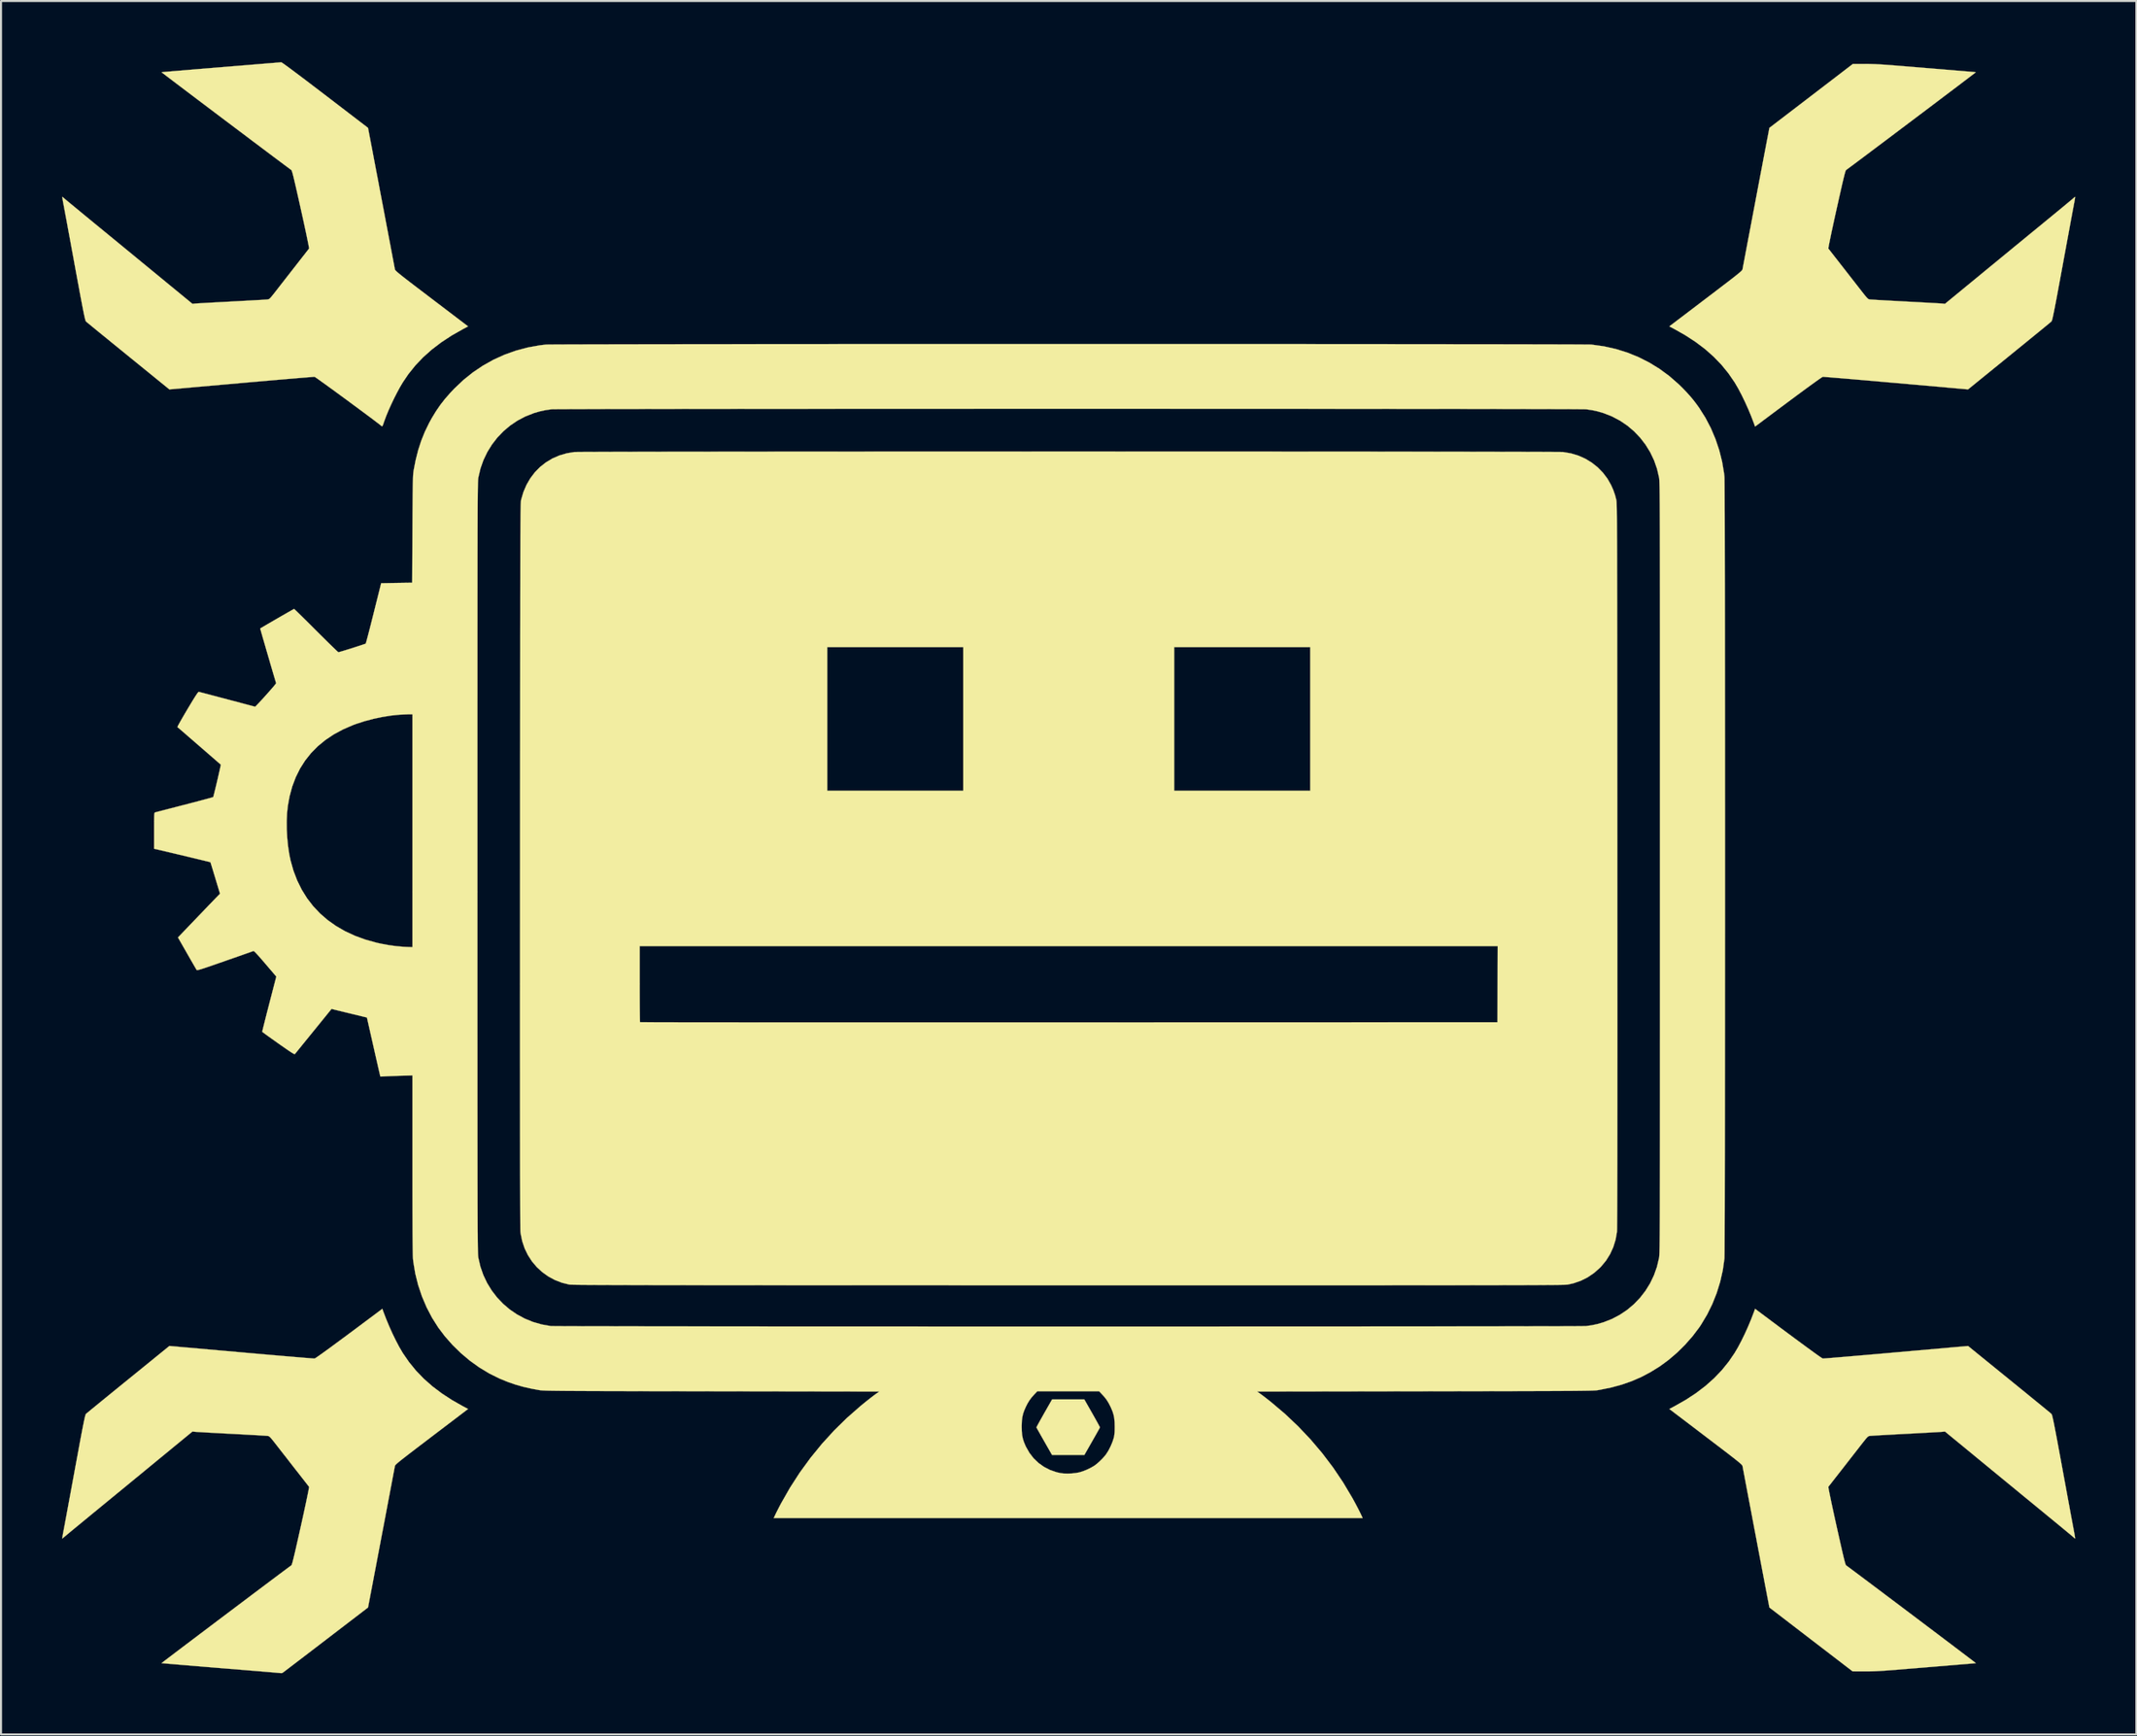
<source format=kicad_pcb>
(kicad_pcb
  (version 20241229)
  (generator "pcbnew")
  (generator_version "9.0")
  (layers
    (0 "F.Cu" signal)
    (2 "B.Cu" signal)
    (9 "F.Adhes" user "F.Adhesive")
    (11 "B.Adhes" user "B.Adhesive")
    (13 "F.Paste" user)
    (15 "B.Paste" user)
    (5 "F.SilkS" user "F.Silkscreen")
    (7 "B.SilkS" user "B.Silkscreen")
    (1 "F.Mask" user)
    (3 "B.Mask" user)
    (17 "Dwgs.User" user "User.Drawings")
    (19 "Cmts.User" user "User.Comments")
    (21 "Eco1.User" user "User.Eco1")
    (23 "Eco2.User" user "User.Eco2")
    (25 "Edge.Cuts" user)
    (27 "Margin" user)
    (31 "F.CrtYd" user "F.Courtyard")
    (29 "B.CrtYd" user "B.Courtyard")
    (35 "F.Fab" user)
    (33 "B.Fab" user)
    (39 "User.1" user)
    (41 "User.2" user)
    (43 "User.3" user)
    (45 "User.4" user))
  (footprint "logo HSMTY badge"
    (layer "F.Cu")
    (at 49.335 39.172)
    (property "Reference" "logo HSMTY badge" (at 0 0 0) (layer "F.SilkS") (effects (font (size 1.524 1.524) (thickness 0.3))))
    (attr through_hole)
    (fp_poly (pts (xy 1.15 27.076) (xy 1.245 27.244) (xy 1.331 27.397) (xy 1.405 27.531) (xy 1.465 27.641) (xy 1.507 27.72) (xy 1.529 27.764) (xy 1.531 27.771) (xy 1.518 27.796) (xy 1.483 27.86) (xy 1.43 27.955) (xy 1.361 28.078) (xy 1.279 28.223) (xy 1.188 28.383) (xy 1.147 28.455) (xy 0.767 29.121) (xy -0.817 29.121) (xy -1.197 28.455) (xy -1.291 28.289) (xy -1.377 28.137) (xy -1.452 28.004) (xy -1.513 27.896) (xy -1.556 27.819) (xy -1.579 27.777) (xy -1.581 27.771) (xy -1.57 27.746) (xy -1.538 27.683) (xy -1.486 27.587) (xy -1.418 27.464) (xy -1.337 27.32) (xy -1.246 27.158) (xy -1.2 27.076) (xy -0.814 26.399) (xy 0.764 26.399) (xy 1.15 27.076)) (stroke (width 0.01) (type solid)) (fill yes) (layer "F.SilkS"))
    (fp_poly (pts (xy 33.995 22.219) (xy 34.448 22.558) (xy 34.864 22.869) (xy 35.244 23.152) (xy 35.587 23.406) (xy 35.893 23.632) (xy 36.161 23.829) (xy 36.391 23.997) (xy 36.583 24.136) (xy 36.736 24.245) (xy 36.851 24.325) (xy 36.926 24.374) (xy 36.962 24.394) (xy 36.964 24.394) (xy 36.995 24.393) (xy 37.074 24.388) (xy 37.197 24.379) (xy 37.361 24.366) (xy 37.563 24.349) (xy 37.801 24.329) (xy 38.071 24.307) (xy 38.371 24.281) (xy 38.698 24.253) (xy 39.049 24.223) (xy 39.421 24.191) (xy 39.811 24.157) (xy 40.216 24.121) (xy 40.554 24.091) (xy 44.083 23.779) (xy 46.099 25.417) (xy 46.376 25.642) (xy 46.643 25.86) (xy 46.898 26.066) (xy 47.136 26.261) (xy 47.357 26.441) (xy 47.557 26.604) (xy 47.733 26.748) (xy 47.883 26.871) (xy 48.004 26.971) (xy 48.094 27.045) (xy 48.15 27.092) (xy 48.169 27.108) (xy 48.178 27.121) (xy 48.189 27.144) (xy 48.201 27.18) (xy 48.215 27.232) (xy 48.232 27.302) (xy 48.252 27.393) (xy 48.277 27.507) (xy 48.305 27.647) (xy 48.338 27.816) (xy 48.376 28.016) (xy 48.421 28.251) (xy 48.472 28.522) (xy 48.529 28.832) (xy 48.595 29.185) (xy 48.668 29.582) (xy 48.726 29.896) (xy 48.793 30.265) (xy 48.86 30.624) (xy 48.923 30.971) (xy 48.984 31.301) (xy 49.042 31.611) (xy 49.094 31.898) (xy 49.142 32.157) (xy 49.185 32.385) (xy 49.221 32.579) (xy 49.25 32.735) (xy 49.271 32.85) (xy 49.284 32.919) (xy 49.285 32.924) (xy 49.306 33.037) (xy 49.321 33.13) (xy 49.33 33.193) (xy 49.329 33.217) (xy 49.329 33.217) (xy 49.305 33.202) (xy 49.259 33.163) (xy 49.24 33.146) (xy 49.209 33.119) (xy 49.142 33.063) (xy 49.043 32.98) (xy 48.915 32.874) (xy 48.761 32.747) (xy 48.585 32.602) (xy 48.39 32.441) (xy 48.179 32.267) (xy 47.955 32.084) (xy 47.753 31.917) (xy 47.5 31.71) (xy 47.241 31.497) (xy 46.981 31.284) (xy 46.725 31.074) (xy 46.48 30.872) (xy 46.25 30.683) (xy 46.04 30.511) (xy 45.856 30.36) (xy 45.704 30.235) (xy 45.655 30.195) (xy 45.491 30.059) (xy 45.295 29.899) (xy 45.077 29.719) (xy 44.842 29.526) (xy 44.6 29.328) (xy 44.358 29.128) (xy 44.124 28.936) (xy 43.96 28.801) (xy 42.952 27.973) (xy 42.824 27.985) (xy 42.777 27.989) (xy 42.685 27.995) (xy 42.552 28.003) (xy 42.383 28.012) (xy 42.182 28.024) (xy 41.954 28.036) (xy 41.703 28.05) (xy 41.433 28.065) (xy 41.15 28.08) (xy 41.035 28.086) (xy 40.748 28.101) (xy 40.475 28.116) (xy 40.218 28.13) (xy 39.983 28.143) (xy 39.774 28.155) (xy 39.595 28.165) (xy 39.451 28.174) (xy 39.346 28.181) (xy 39.285 28.185) (xy 39.273 28.186) (xy 39.239 28.192) (xy 39.207 28.204) (xy 39.173 28.226) (xy 39.132 28.265) (xy 39.079 28.325) (xy 39.009 28.411) (xy 38.916 28.528) (xy 38.847 28.616) (xy 38.756 28.733) (xy 38.641 28.881) (xy 38.506 29.054) (xy 38.358 29.244) (xy 38.202 29.444) (xy 38.045 29.646) (xy 37.892 29.842) (xy 37.889 29.846) (xy 37.752 30.021) (xy 37.624 30.185) (xy 37.508 30.333) (xy 37.409 30.461) (xy 37.329 30.564) (xy 37.271 30.638) (xy 37.24 30.678) (xy 37.235 30.684) (xy 37.237 30.713) (xy 37.249 30.787) (xy 37.271 30.902) (xy 37.302 31.057) (xy 37.341 31.246) (xy 37.387 31.468) (xy 37.441 31.718) (xy 37.5 31.993) (xy 37.565 32.29) (xy 37.635 32.606) (xy 37.716 32.968) (xy 37.787 33.285) (xy 37.849 33.558) (xy 37.902 33.791) (xy 37.948 33.986) (xy 37.986 34.146) (xy 38.018 34.275) (xy 38.044 34.374) (xy 38.066 34.447) (xy 38.083 34.496) (xy 38.096 34.525) (xy 38.103 34.534) (xy 38.176 34.587) (xy 38.282 34.666) (xy 38.419 34.768) (xy 38.585 34.892) (xy 38.777 35.035) (xy 38.992 35.197) (xy 39.227 35.373) (xy 39.481 35.564) (xy 39.75 35.766) (xy 40.032 35.979) (xy 40.325 36.199) (xy 40.626 36.425) (xy 40.932 36.656) (xy 41.24 36.888) (xy 41.549 37.121) (xy 41.856 37.353) (xy 42.157 37.58) (xy 42.452 37.802) (xy 42.736 38.017) (xy 43.007 38.222) (xy 43.263 38.415) (xy 43.501 38.596) (xy 43.719 38.761) (xy 43.914 38.909) (xy 44.084 39.038) (xy 44.226 39.145) (xy 44.336 39.23) (xy 44.414 39.29) (xy 44.456 39.323) (xy 44.463 39.329) (xy 44.456 39.33) (xy 44.438 39.333) (xy 44.407 39.336) (xy 44.361 39.34) (xy 44.298 39.346) (xy 44.214 39.353) (xy 44.109 39.362) (xy 43.98 39.373) (xy 43.824 39.386) (xy 43.639 39.401) (xy 43.423 39.419) (xy 43.173 39.44) (xy 42.888 39.464) (xy 42.564 39.49) (xy 42.2 39.52) (xy 41.793 39.554) (xy 41.341 39.591) (xy 40.842 39.632) (xy 40.805 39.636) (xy 40.495 39.661) (xy 40.228 39.681) (xy 39.998 39.698) (xy 39.797 39.711) (xy 39.618 39.721) (xy 39.455 39.728) (xy 39.302 39.732) (xy 39.15 39.734) (xy 39.006 39.734) (xy 38.425 39.732) (xy 36.385 38.167) (xy 34.346 36.601) (xy 34.258 36.139) (xy 34.242 36.06) (xy 34.219 35.938) (xy 34.189 35.778) (xy 34.151 35.582) (xy 34.108 35.355) (xy 34.06 35.1) (xy 34.006 34.82) (xy 33.949 34.52) (xy 33.889 34.203) (xy 33.826 33.872) (xy 33.761 33.531) (xy 33.696 33.184) (xy 33.629 32.834) (xy 33.563 32.485) (xy 33.498 32.14) (xy 33.434 31.804) (xy 33.372 31.479) (xy 33.313 31.17) (xy 33.258 30.879) (xy 33.208 30.612) (xy 33.162 30.37) (xy 33.122 30.158) (xy 33.088 29.979) (xy 33.061 29.838) (xy 33.042 29.737) (xy 33.031 29.68) (xy 33.03 29.671) (xy 33.025 29.654) (xy 33.015 29.635) (xy 32.997 29.612) (xy 32.97 29.582) (xy 32.929 29.544) (xy 32.874 29.496) (xy 32.801 29.436) (xy 32.709 29.362) (xy 32.594 29.271) (xy 32.455 29.163) (xy 32.289 29.034) (xy 32.093 28.884) (xy 31.865 28.71) (xy 31.602 28.51) (xy 31.303 28.283) (xy 31.228 28.225) (xy 29.442 26.867) (xy 29.7 26.731) (xy 30.25 26.418) (xy 30.755 26.087) (xy 31.216 25.735) (xy 31.635 25.361) (xy 32.015 24.965) (xy 32.355 24.543) (xy 32.642 24.122) (xy 32.802 23.85) (xy 32.967 23.54) (xy 33.133 23.201) (xy 33.295 22.843) (xy 33.449 22.476) (xy 33.589 22.111) (xy 33.603 22.074) (xy 33.645 21.957) (xy 33.995 22.219)) (stroke (width 0.01) (type solid)) (fill yes) (layer "F.SilkS"))
    (fp_poly (pts (xy 39.174 -39.086) (xy 39.336 -39.082) (xy 39.504 -39.077) (xy 39.687 -39.068) (xy 39.89 -39.056) (xy 40.121 -39.04) (xy 40.386 -39.02) (xy 40.692 -38.995) (xy 40.805 -38.986) (xy 41.307 -38.945) (xy 41.762 -38.907) (xy 42.172 -38.873) (xy 42.539 -38.843) (xy 42.866 -38.816) (xy 43.154 -38.792) (xy 43.406 -38.771) (xy 43.625 -38.753) (xy 43.812 -38.737) (xy 43.97 -38.724) (xy 44.101 -38.713) (xy 44.208 -38.704) (xy 44.292 -38.697) (xy 44.357 -38.691) (xy 44.404 -38.687) (xy 44.436 -38.683) (xy 44.455 -38.681) (xy 44.463 -38.68) (xy 44.463 -38.68) (xy 44.445 -38.665) (xy 44.39 -38.622) (xy 44.299 -38.552) (xy 44.177 -38.459) (xy 44.024 -38.343) (xy 43.845 -38.207) (xy 43.641 -38.052) (xy 43.416 -37.881) (xy 43.17 -37.696) (xy 42.908 -37.498) (xy 42.632 -37.289) (xy 42.344 -37.071) (xy 42.047 -36.847) (xy 41.743 -36.618) (xy 41.435 -36.386) (xy 41.126 -36.153) (xy 40.818 -35.921) (xy 40.514 -35.692) (xy 40.216 -35.467) (xy 39.927 -35.25) (xy 39.649 -35.041) (xy 39.385 -34.843) (xy 39.138 -34.657) (xy 38.91 -34.486) (xy 38.703 -34.331) (xy 38.521 -34.195) (xy 38.365 -34.079) (xy 38.239 -33.985) (xy 38.145 -33.915) (xy 38.103 -33.884) (xy 38.092 -33.869) (xy 38.078 -33.835) (xy 38.06 -33.779) (xy 38.037 -33.699) (xy 38.01 -33.591) (xy 37.976 -33.454) (xy 37.935 -33.284) (xy 37.887 -33.078) (xy 37.832 -32.833) (xy 37.767 -32.548) (xy 37.694 -32.218) (xy 37.635 -31.956) (xy 37.565 -31.641) (xy 37.5 -31.344) (xy 37.441 -31.069) (xy 37.387 -30.819) (xy 37.341 -30.597) (xy 37.302 -30.407) (xy 37.271 -30.253) (xy 37.249 -30.137) (xy 37.237 -30.064) (xy 37.235 -30.035) (xy 37.254 -30.01) (xy 37.301 -29.95) (xy 37.372 -29.859) (xy 37.463 -29.742) (xy 37.572 -29.602) (xy 37.695 -29.445) (xy 37.828 -29.273) (xy 37.889 -29.196) (xy 38.042 -29) (xy 38.199 -28.799) (xy 38.354 -28.599) (xy 38.503 -28.409) (xy 38.638 -28.235) (xy 38.754 -28.086) (xy 38.846 -27.969) (xy 38.847 -27.967) (xy 38.956 -27.828) (xy 39.039 -27.724) (xy 39.102 -27.649) (xy 39.15 -27.598) (xy 39.187 -27.566) (xy 39.219 -27.549) (xy 39.252 -27.54) (xy 39.273 -27.537) (xy 39.315 -27.533) (xy 39.402 -27.528) (xy 39.531 -27.52) (xy 39.696 -27.51) (xy 39.893 -27.499) (xy 40.117 -27.486) (xy 40.365 -27.473) (xy 40.632 -27.458) (xy 40.914 -27.443) (xy 41.035 -27.437) (xy 41.322 -27.421) (xy 41.597 -27.407) (xy 41.856 -27.392) (xy 42.094 -27.379) (xy 42.306 -27.367) (xy 42.489 -27.357) (xy 42.637 -27.348) (xy 42.746 -27.342) (xy 42.811 -27.337) (xy 42.824 -27.336) (xy 42.952 -27.323) (xy 43.96 -28.152) (xy 44.184 -28.336) (xy 44.422 -28.531) (xy 44.665 -28.731) (xy 44.905 -28.929) (xy 45.136 -29.119) (xy 45.349 -29.294) (xy 45.537 -29.449) (xy 45.655 -29.545) (xy 45.794 -29.66) (xy 45.967 -29.802) (xy 46.167 -29.966) (xy 46.39 -30.15) (xy 46.631 -30.347) (xy 46.883 -30.554) (xy 47.142 -30.767) (xy 47.402 -30.98) (xy 47.658 -31.19) (xy 47.753 -31.268) (xy 47.985 -31.459) (xy 48.207 -31.641) (xy 48.416 -31.813) (xy 48.609 -31.972) (xy 48.783 -32.115) (xy 48.933 -32.24) (xy 49.057 -32.343) (xy 49.152 -32.422) (xy 49.215 -32.475) (xy 49.24 -32.497) (xy 49.29 -32.541) (xy 49.324 -32.566) (xy 49.329 -32.568) (xy 49.33 -32.545) (xy 49.322 -32.483) (xy 49.307 -32.39) (xy 49.286 -32.277) (xy 49.285 -32.274) (xy 49.273 -32.211) (xy 49.253 -32.101) (xy 49.224 -31.95) (xy 49.189 -31.76) (xy 49.147 -31.535) (xy 49.1 -31.279) (xy 49.048 -30.996) (xy 48.991 -30.688) (xy 48.93 -30.36) (xy 48.867 -30.015) (xy 48.801 -29.656) (xy 48.733 -29.288) (xy 48.726 -29.246) (xy 48.646 -28.816) (xy 48.575 -28.431) (xy 48.512 -28.091) (xy 48.457 -27.792) (xy 48.408 -27.532) (xy 48.365 -27.307) (xy 48.328 -27.116) (xy 48.296 -26.955) (xy 48.269 -26.823) (xy 48.246 -26.715) (xy 48.227 -26.631) (xy 48.211 -26.566) (xy 48.197 -26.519) (xy 48.186 -26.487) (xy 48.176 -26.467) (xy 48.169 -26.458) (xy 48.142 -26.436) (xy 48.08 -26.384) (xy 47.984 -26.304) (xy 47.857 -26.2) (xy 47.701 -26.073) (xy 47.521 -25.925) (xy 47.317 -25.759) (xy 47.093 -25.576) (xy 46.851 -25.379) (xy 46.594 -25.17) (xy 46.325 -24.951) (xy 46.099 -24.767) (xy 44.083 -23.129) (xy 40.554 -23.442) (xy 40.138 -23.478) (xy 39.735 -23.514) (xy 39.349 -23.548) (xy 38.98 -23.58) (xy 38.634 -23.609) (xy 38.312 -23.637) (xy 38.017 -23.662) (xy 37.753 -23.684) (xy 37.522 -23.703) (xy 37.327 -23.719) (xy 37.17 -23.731) (xy 37.056 -23.74) (xy 36.986 -23.744) (xy 36.964 -23.745) (xy 36.931 -23.728) (xy 36.859 -23.681) (xy 36.748 -23.604) (xy 36.598 -23.497) (xy 36.409 -23.361) (xy 36.182 -23.196) (xy 35.918 -23.001) (xy 35.615 -22.778) (xy 35.276 -22.526) (xy 34.899 -22.245) (xy 34.486 -21.937) (xy 34.036 -21.6) (xy 33.995 -21.569) (xy 33.645 -21.307) (xy 33.603 -21.424) (xy 33.464 -21.789) (xy 33.312 -22.156) (xy 33.15 -22.515) (xy 32.984 -22.857) (xy 32.819 -23.171) (xy 32.658 -23.447) (xy 32.642 -23.473) (xy 32.336 -23.919) (xy 31.994 -24.339) (xy 31.612 -24.734) (xy 31.191 -25.107) (xy 30.727 -25.457) (xy 30.219 -25.787) (xy 29.7 -26.081) (xy 29.442 -26.218) (xy 31.228 -27.576) (xy 31.536 -27.81) (xy 31.807 -28.017) (xy 32.042 -28.197) (xy 32.246 -28.352) (xy 32.419 -28.485) (xy 32.564 -28.598) (xy 32.684 -28.693) (xy 32.782 -28.771) (xy 32.859 -28.834) (xy 32.918 -28.885) (xy 32.961 -28.925) (xy 32.992 -28.956) (xy 33.012 -28.981) (xy 33.023 -29.001) (xy 33.029 -29.018) (xy 33.03 -29.021) (xy 33.037 -29.062) (xy 33.053 -29.148) (xy 33.077 -29.275) (xy 33.109 -29.441) (xy 33.147 -29.642) (xy 33.191 -29.873) (xy 33.24 -30.132) (xy 33.293 -30.415) (xy 33.351 -30.718) (xy 33.412 -31.038) (xy 33.475 -31.37) (xy 33.54 -31.712) (xy 33.606 -32.06) (xy 33.672 -32.41) (xy 33.738 -32.759) (xy 33.803 -33.102) (xy 33.867 -33.437) (xy 33.928 -33.76) (xy 33.987 -34.067) (xy 34.041 -34.354) (xy 34.091 -34.618) (xy 34.137 -34.856) (xy 34.176 -35.063) (xy 34.209 -35.236) (xy 34.235 -35.372) (xy 34.253 -35.467) (xy 34.258 -35.49) (xy 34.346 -35.952) (xy 36.393 -37.519) (xy 38.439 -39.087) (xy 39.014 -39.087) (xy 39.174 -39.086)) (stroke (width 0.01) (type solid)) (fill yes) (layer "F.SilkS"))
    (fp_poly (pts (xy -33.603 22.074) (xy -33.464 22.438) (xy -33.312 22.805) (xy -33.15 23.165) (xy -32.984 23.506) (xy -32.819 23.82) (xy -32.658 24.096) (xy -32.642 24.122) (xy -32.336 24.568) (xy -31.994 24.988) (xy -31.612 25.384) (xy -31.191 25.756) (xy -30.727 26.106) (xy -30.219 26.437) (xy -29.7 26.731) (xy -29.442 26.867) (xy -31.228 28.225) (xy -31.536 28.46) (xy -31.807 28.666) (xy -32.042 28.846) (xy -32.246 29.002) (xy -32.419 29.135) (xy -32.564 29.248) (xy -32.684 29.342) (xy -32.782 29.42) (xy -32.859 29.483) (xy -32.918 29.534) (xy -32.961 29.574) (xy -32.992 29.606) (xy -33.012 29.63) (xy -33.023 29.65) (xy -33.029 29.667) (xy -33.03 29.671) (xy -33.037 29.711) (xy -33.053 29.796) (xy -33.077 29.924) (xy -33.109 30.09) (xy -33.147 30.29) (xy -33.19 30.521) (xy -33.24 30.78) (xy -33.293 31.063) (xy -33.351 31.366) (xy -33.411 31.685) (xy -33.474 32.018) (xy -33.539 32.36) (xy -33.605 32.707) (xy -33.672 33.057) (xy -33.738 33.406) (xy -33.803 33.749) (xy -33.867 34.084) (xy -33.928 34.407) (xy -33.986 34.714) (xy -34.041 35.001) (xy -34.091 35.266) (xy -34.136 35.504) (xy -34.176 35.711) (xy -34.209 35.885) (xy -34.235 36.021) (xy -34.253 36.116) (xy -34.257 36.139) (xy -34.346 36.601) (xy -36.416 38.187) (xy -36.7 38.405) (xy -36.973 38.614) (xy -37.233 38.813) (xy -37.477 38.999) (xy -37.702 39.171) (xy -37.906 39.327) (xy -38.086 39.464) (xy -38.239 39.581) (xy -38.363 39.675) (xy -38.454 39.744) (xy -38.511 39.787) (xy -38.53 39.801) (xy -38.584 39.82) (xy -38.612 39.82) (xy -38.643 39.816) (xy -38.72 39.809) (xy -38.837 39.799) (xy -38.99 39.785) (xy -39.174 39.77) (xy -39.384 39.752) (xy -39.617 39.732) (xy -39.867 39.712) (xy -40.036 39.698) (xy -40.594 39.652) (xy -41.121 39.609) (xy -41.614 39.569) (xy -42.073 39.531) (xy -42.496 39.496) (xy -42.882 39.464) (xy -43.229 39.435) (xy -43.536 39.41) (xy -43.801 39.387) (xy -44.024 39.368) (xy -44.203 39.353) (xy -44.337 39.341) (xy -44.423 39.334) (xy -44.461 39.33) (xy -44.463 39.329) (xy -44.445 39.314) (xy -44.39 39.271) (xy -44.299 39.202) (xy -44.177 39.108) (xy -44.024 38.992) (xy -43.845 38.856) (xy -43.641 38.702) (xy -43.416 38.531) (xy -43.17 38.345) (xy -42.908 38.147) (xy -42.632 37.938) (xy -42.344 37.721) (xy -42.047 37.497) (xy -41.743 37.267) (xy -41.435 37.035) (xy -41.126 36.802) (xy -40.818 36.57) (xy -40.514 36.341) (xy -40.216 36.117) (xy -39.927 35.899) (xy -39.649 35.69) (xy -39.385 35.492) (xy -39.138 35.306) (xy -38.91 35.135) (xy -38.703 34.98) (xy -38.521 34.844) (xy -38.365 34.728) (xy -38.239 34.634) (xy -38.145 34.564) (xy -38.103 34.534) (xy -38.092 34.518) (xy -38.078 34.484) (xy -38.06 34.428) (xy -38.037 34.348) (xy -38.01 34.241) (xy -37.976 34.103) (xy -37.935 33.933) (xy -37.887 33.727) (xy -37.832 33.483) (xy -37.767 33.197) (xy -37.694 32.868) (xy -37.635 32.606) (xy -37.565 32.29) (xy -37.5 31.993) (xy -37.441 31.718) (xy -37.387 31.468) (xy -37.341 31.246) (xy -37.302 31.057) (xy -37.271 30.902) (xy -37.249 30.787) (xy -37.237 30.713) (xy -37.235 30.684) (xy -37.254 30.659) (xy -37.301 30.599) (xy -37.372 30.508) (xy -37.463 30.391) (xy -37.572 30.251) (xy -37.695 30.094) (xy -37.828 29.923) (xy -37.889 29.846) (xy -38.042 29.65) (xy -38.199 29.448) (xy -38.354 29.248) (xy -38.503 29.058) (xy -38.638 28.885) (xy -38.754 28.736) (xy -38.846 28.618) (xy -38.847 28.616) (xy -38.956 28.477) (xy -39.039 28.373) (xy -39.102 28.298) (xy -39.15 28.247) (xy -39.187 28.216) (xy -39.219 28.198) (xy -39.252 28.189) (xy -39.273 28.186) (xy -39.315 28.183) (xy -39.402 28.177) (xy -39.531 28.169) (xy -39.696 28.159) (xy -39.893 28.148) (xy -40.117 28.136) (xy -40.365 28.122) (xy -40.632 28.107) (xy -40.914 28.092) (xy -41.035 28.086) (xy -41.322 28.071) (xy -41.597 28.056) (xy -41.856 28.042) (xy -42.094 28.029) (xy -42.306 28.017) (xy -42.489 28.006) (xy -42.637 27.998) (xy -42.746 27.991) (xy -42.811 27.987) (xy -42.824 27.985) (xy -42.952 27.973) (xy -43.96 28.801) (xy -44.184 28.986) (xy -44.422 29.181) (xy -44.665 29.38) (xy -44.905 29.578) (xy -45.136 29.768) (xy -45.349 29.943) (xy -45.537 30.098) (xy -45.655 30.195) (xy -45.794 30.309) (xy -45.967 30.451) (xy -46.167 30.616) (xy -46.39 30.799) (xy -46.631 30.996) (xy -46.883 31.203) (xy -47.142 31.416) (xy -47.402 31.629) (xy -47.658 31.84) (xy -47.753 31.917) (xy -47.985 32.108) (xy -48.207 32.291) (xy -48.416 32.463) (xy -48.609 32.622) (xy -48.783 32.765) (xy -48.933 32.889) (xy -49.057 32.992) (xy -49.152 33.072) (xy -49.215 33.124) (xy -49.24 33.146) (xy -49.29 33.19) (xy -49.324 33.215) (xy -49.329 33.217) (xy -49.33 33.194) (xy -49.322 33.132) (xy -49.307 33.04) (xy -49.286 32.927) (xy -49.285 32.924) (xy -49.273 32.86) (xy -49.253 32.75) (xy -49.224 32.599) (xy -49.189 32.409) (xy -49.147 32.184) (xy -49.1 31.928) (xy -49.048 31.645) (xy -48.991 31.337) (xy -48.93 31.009) (xy -48.867 30.664) (xy -48.801 30.306) (xy -48.733 29.937) (xy -48.726 29.896) (xy -48.646 29.465) (xy -48.575 29.081) (xy -48.512 28.741) (xy -48.457 28.441) (xy -48.408 28.181) (xy -48.365 27.956) (xy -48.328 27.765) (xy -48.296 27.605) (xy -48.269 27.472) (xy -48.246 27.365) (xy -48.227 27.28) (xy -48.211 27.216) (xy -48.197 27.169) (xy -48.186 27.136) (xy -48.176 27.116) (xy -48.169 27.108) (xy -48.142 27.085) (xy -48.08 27.033) (xy -47.984 26.954) (xy -47.857 26.849) (xy -47.701 26.722) (xy -47.521 26.574) (xy -47.317 26.408) (xy -47.093 26.225) (xy -46.851 26.028) (xy -46.594 25.819) (xy -46.325 25.6) (xy -46.099 25.417) (xy -44.083 23.779) (xy -40.554 24.091) (xy -40.138 24.128) (xy -39.735 24.163) (xy -39.349 24.197) (xy -38.98 24.229) (xy -38.634 24.259) (xy -38.312 24.286) (xy -38.017 24.311) (xy -37.753 24.333) (xy -37.522 24.353) (xy -37.327 24.368) (xy -37.17 24.381) (xy -37.056 24.389) (xy -36.986 24.394) (xy -36.964 24.394) (xy -36.931 24.377) (xy -36.859 24.33) (xy -36.748 24.253) (xy -36.598 24.147) (xy -36.409 24.01) (xy -36.182 23.845) (xy -35.918 23.65) (xy -35.615 23.427) (xy -35.276 23.175) (xy -34.899 22.895) (xy -34.486 22.586) (xy -34.036 22.25) (xy -33.995 22.219) (xy -33.645 21.957) (xy -33.603 22.074)) (stroke (width 0.01) (type solid)) (fill yes) (layer "F.SilkS"))
    (fp_poly (pts (xy -38.571 -39.153) (xy -38.505 -39.108) (xy -38.401 -39.035) (xy -38.262 -38.934) (xy -38.088 -38.805) (xy -37.881 -38.65) (xy -37.641 -38.47) (xy -37.37 -38.265) (xy -37.069 -38.036) (xy -36.74 -37.785) (xy -36.448 -37.562) (xy -34.346 -35.952) (xy -34.258 -35.49) (xy -34.242 -35.411) (xy -34.219 -35.289) (xy -34.189 -35.129) (xy -34.151 -34.933) (xy -34.108 -34.706) (xy -34.06 -34.451) (xy -34.007 -34.172) (xy -33.95 -33.871) (xy -33.889 -33.554) (xy -33.826 -33.223) (xy -33.762 -32.882) (xy -33.696 -32.535) (xy -33.629 -32.185) (xy -33.563 -31.836) (xy -33.498 -31.492) (xy -33.434 -31.155) (xy -33.372 -30.83) (xy -33.314 -30.521) (xy -33.258 -30.231) (xy -33.208 -29.963) (xy -33.162 -29.721) (xy -33.122 -29.509) (xy -33.088 -29.33) (xy -33.061 -29.188) (xy -33.042 -29.087) (xy -33.031 -29.03) (xy -33.03 -29.021) (xy -33.025 -29.005) (xy -33.015 -28.986) (xy -32.997 -28.963) (xy -32.97 -28.933) (xy -32.929 -28.895) (xy -32.874 -28.847) (xy -32.801 -28.787) (xy -32.709 -28.712) (xy -32.594 -28.622) (xy -32.455 -28.513) (xy -32.289 -28.385) (xy -32.093 -28.235) (xy -31.865 -28.061) (xy -31.602 -27.861) (xy -31.303 -27.633) (xy -31.228 -27.576) (xy -29.442 -26.218) (xy -29.7 -26.081) (xy -30.253 -25.767) (xy -30.76 -25.433) (xy -31.224 -25.079) (xy -31.645 -24.703) (xy -32.025 -24.304) (xy -32.365 -23.881) (xy -32.64 -23.474) (xy -32.779 -23.24) (xy -32.923 -22.974) (xy -33.069 -22.688) (xy -33.209 -22.394) (xy -33.34 -22.103) (xy -33.454 -21.827) (xy -33.547 -21.578) (xy -33.564 -21.529) (xy -33.6 -21.422) (xy -33.627 -21.356) (xy -33.649 -21.325) (xy -33.669 -21.322) (xy -33.693 -21.34) (xy -33.73 -21.371) (xy -33.803 -21.428) (xy -33.907 -21.507) (xy -34.038 -21.607) (xy -34.194 -21.725) (xy -34.371 -21.856) (xy -34.564 -22) (xy -34.771 -22.153) (xy -34.987 -22.313) (xy -35.208 -22.476) (xy -35.431 -22.641) (xy -35.653 -22.803) (xy -35.869 -22.962) (xy -36.076 -23.113) (xy -36.271 -23.254) (xy -36.448 -23.383) (xy -36.606 -23.496) (xy -36.739 -23.592) (xy -36.845 -23.667) (xy -36.92 -23.718) (xy -36.959 -23.743) (xy -36.964 -23.745) (xy -36.995 -23.744) (xy -37.074 -23.739) (xy -37.197 -23.729) (xy -37.361 -23.716) (xy -37.563 -23.7) (xy -37.801 -23.68) (xy -38.071 -23.657) (xy -38.371 -23.632) (xy -38.698 -23.604) (xy -39.049 -23.574) (xy -39.421 -23.541) (xy -39.811 -23.507) (xy -40.216 -23.472) (xy -40.554 -23.442) (xy -44.083 -23.129) (xy -46.099 -24.767) (xy -46.376 -24.993) (xy -46.643 -25.21) (xy -46.898 -25.417) (xy -47.136 -25.612) (xy -47.357 -25.791) (xy -47.557 -25.954) (xy -47.733 -26.098) (xy -47.883 -26.221) (xy -48.004 -26.321) (xy -48.094 -26.395) (xy -48.15 -26.442) (xy -48.169 -26.458) (xy -48.178 -26.471) (xy -48.189 -26.495) (xy -48.201 -26.531) (xy -48.215 -26.583) (xy -48.232 -26.652) (xy -48.252 -26.743) (xy -48.277 -26.857) (xy -48.305 -26.998) (xy -48.338 -27.167) (xy -48.376 -27.367) (xy -48.421 -27.601) (xy -48.472 -27.872) (xy -48.529 -28.183) (xy -48.595 -28.535) (xy -48.668 -28.932) (xy -48.726 -29.246) (xy -48.793 -29.615) (xy -48.86 -29.975) (xy -48.923 -30.322) (xy -48.984 -30.652) (xy -49.042 -30.962) (xy -49.094 -31.249) (xy -49.142 -31.508) (xy -49.185 -31.736) (xy -49.221 -31.93) (xy -49.25 -32.086) (xy -49.271 -32.2) (xy -49.284 -32.27) (xy -49.285 -32.274) (xy -49.306 -32.388) (xy -49.321 -32.481) (xy -49.33 -32.544) (xy -49.329 -32.568) (xy -49.329 -32.568) (xy -49.305 -32.552) (xy -49.259 -32.514) (xy -49.24 -32.497) (xy -49.209 -32.47) (xy -49.142 -32.413) (xy -49.043 -32.331) (xy -48.915 -32.225) (xy -48.761 -32.098) (xy -48.585 -31.953) (xy -48.39 -31.792) (xy -48.179 -31.618) (xy -47.955 -31.434) (xy -47.753 -31.268) (xy -47.5 -31.06) (xy -47.241 -30.848) (xy -46.981 -30.634) (xy -46.725 -30.425) (xy -46.48 -30.223) (xy -46.25 -30.034) (xy -46.04 -29.862) (xy -45.856 -29.711) (xy -45.704 -29.585) (xy -45.655 -29.545) (xy -45.491 -29.41) (xy -45.295 -29.249) (xy -45.077 -29.07) (xy -44.842 -28.877) (xy -44.6 -28.678) (xy -44.358 -28.479) (xy -44.124 -28.286) (xy -43.96 -28.152) (xy -42.952 -27.323) (xy -42.824 -27.336) (xy -42.777 -27.34) (xy -42.685 -27.345) (xy -42.552 -27.353) (xy -42.383 -27.363) (xy -42.182 -27.374) (xy -41.954 -27.387) (xy -41.703 -27.401) (xy -41.433 -27.415) (xy -41.15 -27.43) (xy -41.035 -27.437) (xy -40.748 -27.452) (xy -40.475 -27.467) (xy -40.218 -27.481) (xy -39.983 -27.494) (xy -39.774 -27.506) (xy -39.595 -27.516) (xy -39.451 -27.525) (xy -39.346 -27.531) (xy -39.285 -27.536) (xy -39.273 -27.537) (xy -39.239 -27.543) (xy -39.207 -27.554) (xy -39.173 -27.577) (xy -39.132 -27.616) (xy -39.079 -27.675) (xy -39.009 -27.761) (xy -38.916 -27.879) (xy -38.847 -27.967) (xy -38.756 -28.084) (xy -38.641 -28.232) (xy -38.506 -28.405) (xy -38.358 -28.595) (xy -38.202 -28.795) (xy -38.045 -28.996) (xy -37.892 -29.192) (xy -37.889 -29.196) (xy -37.752 -29.372) (xy -37.624 -29.536) (xy -37.508 -29.684) (xy -37.409 -29.811) (xy -37.329 -29.914) (xy -37.271 -29.988) (xy -37.24 -30.029) (xy -37.235 -30.035) (xy -37.237 -30.064) (xy -37.249 -30.137) (xy -37.271 -30.253) (xy -37.302 -30.407) (xy -37.341 -30.597) (xy -37.387 -30.819) (xy -37.441 -31.069) (xy -37.5 -31.344) (xy -37.565 -31.641) (xy -37.635 -31.956) (xy -37.716 -32.319) (xy -37.787 -32.635) (xy -37.849 -32.909) (xy -37.902 -33.141) (xy -37.948 -33.337) (xy -37.986 -33.497) (xy -38.018 -33.626) (xy -38.044 -33.725) (xy -38.066 -33.798) (xy -38.083 -33.847) (xy -38.096 -33.875) (xy -38.103 -33.884) (xy -38.176 -33.938) (xy -38.282 -34.017) (xy -38.42 -34.119) (xy -38.585 -34.243) (xy -38.777 -34.386) (xy -38.992 -34.547) (xy -39.227 -34.724) (xy -39.481 -34.915) (xy -39.75 -35.117) (xy -40.033 -35.329) (xy -40.325 -35.55) (xy -40.626 -35.776) (xy -40.932 -36.007) (xy -41.241 -36.239) (xy -41.55 -36.472) (xy -41.856 -36.703) (xy -42.158 -36.931) (xy -42.452 -37.153) (xy -42.736 -37.367) (xy -43.007 -37.572) (xy -43.263 -37.766) (xy -43.501 -37.946) (xy -43.719 -38.111) (xy -43.914 -38.259) (xy -44.084 -38.388) (xy -44.226 -38.496) (xy -44.337 -38.581) (xy -44.414 -38.641) (xy -44.456 -38.674) (xy -44.463 -38.68) (xy -44.435 -38.683) (xy -44.362 -38.69) (xy -44.248 -38.7) (xy -44.097 -38.713) (xy -43.914 -38.729) (xy -43.702 -38.746) (xy -43.467 -38.766) (xy -43.213 -38.787) (xy -42.944 -38.81) (xy -42.933 -38.811) (xy -42.688 -38.831) (xy -42.422 -38.853) (xy -42.138 -38.876) (xy -41.84 -38.901) (xy -41.533 -38.926) (xy -41.22 -38.952) (xy -40.907 -38.978) (xy -40.597 -39.003) (xy -40.294 -39.028) (xy -40.004 -39.052) (xy -39.728 -39.075) (xy -39.473 -39.096) (xy -39.243 -39.115) (xy -39.041 -39.131) (xy -38.871 -39.145) (xy -38.738 -39.156) (xy -38.647 -39.163) (xy -38.601 -39.167) (xy -38.6 -39.167) (xy -38.571 -39.153)) (stroke (width 0.01) (type solid)) (fill yes) (layer "F.SilkS"))
    (fp_poly (pts (xy 1.19 -20.082) (xy 2.144 -20.082) (xy 3.095 -20.081) (xy 4.043 -20.081) (xy 4.984 -20.081) (xy 5.919 -20.081) (xy 6.845 -20.081) (xy 7.762 -20.08) (xy 8.668 -20.08) (xy 9.561 -20.08) (xy 10.442 -20.079) (xy 11.307 -20.079) (xy 12.156 -20.078) (xy 12.987 -20.078) (xy 13.8 -20.077) (xy 14.592 -20.077) (xy 15.363 -20.076) (xy 16.111 -20.075) (xy 16.836 -20.074) (xy 17.534 -20.074) (xy 18.206 -20.073) (xy 18.85 -20.072) (xy 19.464 -20.071) (xy 20.047 -20.07) (xy 20.599 -20.069) (xy 21.117 -20.068) (xy 21.6 -20.067) (xy 22.047 -20.066) (xy 22.457 -20.065) (xy 22.828 -20.064) (xy 23.16 -20.063) (xy 23.449 -20.061) (xy 23.697 -20.06) (xy 23.9 -20.059) (xy 24.058 -20.058) (xy 24.169 -20.056) (xy 24.232 -20.055) (xy 24.246 -20.054) (xy 24.623 -19.989) (xy 24.984 -19.88) (xy 25.324 -19.728) (xy 25.64 -19.536) (xy 25.928 -19.307) (xy 26.186 -19.043) (xy 26.409 -18.747) (xy 26.584 -18.44) (xy 26.692 -18.198) (xy 26.777 -17.956) (xy 26.842 -17.707) (xy 26.844 -17.693) (xy 26.847 -17.675) (xy 26.849 -17.652) (xy 26.852 -17.622) (xy 26.854 -17.585) (xy 26.856 -17.539) (xy 26.858 -17.484) (xy 26.86 -17.418) (xy 26.862 -17.34) (xy 26.864 -17.249) (xy 26.866 -17.144) (xy 26.867 -17.025) (xy 26.869 -16.889) (xy 26.87 -16.736) (xy 26.872 -16.564) (xy 26.873 -16.374) (xy 26.874 -16.162) (xy 26.875 -15.93) (xy 26.877 -15.674) (xy 26.878 -15.395) (xy 26.879 -15.091) (xy 26.88 -14.761) (xy 26.88 -14.404) (xy 26.881 -14.018) (xy 26.882 -13.604) (xy 26.883 -13.16) (xy 26.884 -12.684) (xy 26.884 -12.175) (xy 26.885 -11.633) (xy 26.886 -11.057) (xy 26.886 -10.445) (xy 26.887 -9.796) (xy 26.887 -9.109) (xy 26.888 -8.383) (xy 26.888 -7.617) (xy 26.889 -6.81) (xy 26.889 -5.961) (xy 26.89 -5.068) (xy 26.89 -4.131) (xy 26.891 -3.149) (xy 26.891 -2.12) (xy 26.892 -1.043) (xy 26.892 0.082) (xy 26.892 0.212) (xy 26.893 1.452) (xy 26.893 2.642) (xy 26.894 3.784) (xy 26.894 4.877) (xy 26.894 5.923) (xy 26.895 6.921) (xy 26.895 7.873) (xy 26.895 8.778) (xy 26.895 9.639) (xy 26.894 10.454) (xy 26.894 11.225) (xy 26.894 11.952) (xy 26.893 12.636) (xy 26.893 13.277) (xy 26.892 13.876) (xy 26.892 14.434) (xy 26.891 14.95) (xy 26.89 15.426) (xy 26.889 15.862) (xy 26.888 16.259) (xy 26.887 16.617) (xy 26.886 16.937) (xy 26.885 17.219) (xy 26.883 17.464) (xy 26.882 17.672) (xy 26.88 17.845) (xy 26.879 17.982) (xy 26.877 18.084) (xy 26.875 18.152) (xy 26.873 18.186) (xy 26.873 18.186) (xy 26.806 18.568) (xy 26.693 18.931) (xy 26.536 19.274) (xy 26.336 19.593) (xy 26.093 19.886) (xy 26.037 19.944) (xy 25.748 20.2) (xy 25.436 20.412) (xy 25.1 20.58) (xy 24.742 20.704) (xy 24.458 20.767) (xy 24.442 20.769) (xy 24.418 20.771) (xy 24.385 20.773) (xy 24.342 20.775) (xy 24.288 20.777) (xy 24.223 20.778) (xy 24.144 20.78) (xy 24.052 20.782) (xy 23.945 20.783) (xy 23.823 20.785) (xy 23.685 20.786) (xy 23.529 20.787) (xy 23.355 20.788) (xy 23.162 20.79) (xy 22.95 20.791) (xy 22.716 20.792) (xy 22.46 20.793) (xy 22.182 20.794) (xy 21.881 20.794) (xy 21.555 20.795) (xy 21.203 20.796) (xy 20.825 20.797) (xy 20.42 20.797) (xy 19.987 20.798) (xy 19.525 20.799) (xy 19.033 20.799) (xy 18.51 20.8) (xy 17.956 20.8) (xy 17.368 20.801) (xy 16.748 20.801) (xy 16.093 20.801) (xy 15.402 20.802) (xy 14.676 20.802) (xy 13.912 20.802) (xy 13.11 20.802) (xy 12.269 20.802) (xy 11.388 20.802) (xy 10.467 20.803) (xy 9.504 20.803) (xy 8.498 20.803) (xy 7.449 20.803) (xy 6.355 20.803) (xy 5.217 20.803) (xy 4.031 20.803) (xy 2.799 20.803) (xy 1.519 20.802) (xy 0.19 20.802) (xy -0.022 20.802) (xy -1.371 20.802) (xy -2.671 20.802) (xy -3.922 20.802) (xy -5.127 20.802) (xy -6.284 20.801) (xy -7.397 20.801) (xy -8.464 20.801) (xy -9.488 20.801) (xy -10.468 20.801) (xy -11.407 20.8) (xy -12.304 20.8) (xy -13.161 20.8) (xy -13.978 20.799) (xy -14.757 20.799) (xy -15.498 20.798) (xy -16.202 20.798) (xy -16.87 20.797) (xy -17.503 20.797) (xy -18.102 20.796) (xy -18.667 20.796) (xy -19.199 20.795) (xy -19.7 20.794) (xy -20.171 20.794) (xy -20.611 20.793) (xy -21.022 20.792) (xy -21.405 20.791) (xy -21.76 20.79) (xy -22.09 20.789) (xy -22.393 20.788) (xy -22.672 20.787) (xy -22.927 20.786) (xy -23.159 20.785) (xy -23.369 20.784) (xy -23.558 20.783) (xy -23.726 20.781) (xy -23.875 20.78) (xy -24.005 20.779) (xy -24.118 20.777) (xy -24.213 20.776) (xy -24.293 20.774) (xy -24.357 20.772) (xy -24.407 20.771) (xy -24.444 20.769) (xy -24.468 20.767) (xy -24.478 20.766) (xy -24.845 20.675) (xy -25.191 20.54) (xy -25.514 20.365) (xy -25.809 20.153) (xy -26.075 19.907) (xy -26.309 19.629) (xy -26.507 19.323) (xy -26.668 18.992) (xy -26.787 18.639) (xy -26.863 18.266) (xy -26.873 18.186) (xy -26.875 18.152) (xy -26.877 18.084) (xy -26.879 17.982) (xy -26.88 17.846) (xy -26.882 17.673) (xy -26.883 17.465) (xy -26.885 17.22) (xy -26.886 16.939) (xy -26.887 16.619) (xy -26.888 16.261) (xy -26.889 15.865) (xy -26.89 15.429) (xy -26.891 14.953) (xy -26.892 14.437) (xy -26.892 13.88) (xy -26.893 13.281) (xy -26.893 12.64) (xy -26.894 11.956) (xy -26.894 11.229) (xy -26.894 10.459) (xy -26.895 9.644) (xy -26.895 8.784) (xy -26.895 7.878) (xy -26.895 6.927) (xy -26.894 5.929) (xy -26.894 4.884) (xy -26.894 4.171) (xy -21.029 4.171) (xy -21.029 6.027) (xy -21.029 6.328) (xy -21.028 6.613) (xy -21.027 6.88) (xy -21.026 7.125) (xy -21.024 7.343) (xy -21.022 7.531) (xy -21.02 7.684) (xy -21.018 7.8) (xy -21.015 7.873) (xy -21.013 7.901) (xy -21.013 7.901) (xy -20.987 7.901) (xy -20.913 7.902) (xy -20.791 7.903) (xy -20.622 7.904) (xy -20.408 7.904) (xy -20.15 7.905) (xy -19.849 7.906) (xy -19.506 7.906) (xy -19.123 7.907) (xy -18.699 7.907) (xy -18.238 7.908) (xy -17.739 7.908) (xy -17.204 7.909) (xy -16.634 7.909) (xy -16.03 7.91) (xy -15.394 7.91) (xy -14.726 7.911) (xy -14.028 7.911) (xy -13.3 7.911) (xy -12.545 7.911) (xy -11.763 7.912) (xy -10.955 7.912) (xy -10.122 7.912) (xy -9.266 7.912) (xy -8.388 7.912) (xy -7.489 7.912) (xy -6.57 7.912) (xy -5.632 7.912) (xy -4.676 7.912) (xy -3.704 7.912) (xy -2.717 7.912) (xy -1.715 7.911) (xy -0.7 7.911) (xy 0.01 7.911) (xy 21.017 7.905) (xy 21.023 6.038) (xy 21.03 4.171) (xy -21.029 4.171) (xy -26.894 4.171) (xy -26.894 3.791) (xy -26.893 2.65) (xy -26.893 1.459) (xy -26.892 0.22) (xy -26.892 0.212) (xy -26.892 -0.919) (xy -26.891 -2.001) (xy -26.891 -3.035) (xy -26.89 -4.023) (xy -26.89 -4.965) (xy -26.889 -5.862) (xy -26.889 -6.716) (xy -26.888 -7.528) (xy -26.888 -8.298) (xy -26.887 -9.029) (xy -26.887 -9.72) (xy -26.886 -10.373) (xy -26.886 -10.49) (xy -11.838 -10.49) (xy -11.838 -3.447) (xy -5.17 -3.447) (xy -5.17 -10.49) (xy 5.17 -10.49) (xy 5.17 -3.447) (xy 11.838 -3.447) (xy 11.838 -10.49) (xy 5.17 -10.49) (xy -5.17 -10.49) (xy -11.838 -10.49) (xy -26.886 -10.49) (xy -26.886 -10.99) (xy -26.885 -11.57) (xy -26.884 -12.116) (xy -26.884 -12.628) (xy -26.883 -13.107) (xy -26.882 -13.555) (xy -26.881 -13.973) (xy -26.881 -14.361) (xy -26.88 -14.722) (xy -26.879 -15.055) (xy -26.878 -15.362) (xy -26.877 -15.644) (xy -26.876 -15.902) (xy -26.874 -16.137) (xy -26.873 -16.351) (xy -26.872 -16.544) (xy -26.87 -16.717) (xy -26.869 -16.872) (xy -26.868 -17.01) (xy -26.866 -17.132) (xy -26.864 -17.238) (xy -26.862 -17.33) (xy -26.861 -17.409) (xy -26.859 -17.477) (xy -26.857 -17.533) (xy -26.854 -17.58) (xy -26.852 -17.618) (xy -26.85 -17.649) (xy -26.847 -17.673) (xy -26.845 -17.691) (xy -26.842 -17.705) (xy -26.842 -17.707) (xy -26.731 -18.088) (xy -26.579 -18.443) (xy -26.39 -18.769) (xy -26.166 -19.064) (xy -25.909 -19.326) (xy -25.621 -19.552) (xy -25.306 -19.741) (xy -24.964 -19.889) (xy -24.6 -19.995) (xy -24.246 -20.054) (xy -24.208 -20.055) (xy -24.121 -20.057) (xy -23.986 -20.058) (xy -23.806 -20.06) (xy -23.581 -20.061) (xy -23.313 -20.062) (xy -23.003 -20.063) (xy -22.652 -20.064) (xy -22.262 -20.066) (xy -21.834 -20.067) (xy -21.369 -20.068) (xy -20.868 -20.069) (xy -20.334 -20.07) (xy -19.766 -20.071) (xy -19.168 -20.072) (xy -18.539 -20.072) (xy -17.881 -20.073) (xy -17.196 -20.074) (xy -16.485 -20.075) (xy -15.749 -20.076) (xy -14.99 -20.076) (xy -14.208 -20.077) (xy -13.406 -20.077) (xy -12.584 -20.078) (xy -11.743 -20.078) (xy -10.886 -20.079) (xy -10.014 -20.079) (xy -9.127 -20.08) (xy -8.227 -20.08) (xy -7.316 -20.08) (xy -6.394 -20.081) (xy -5.463 -20.081) (xy -4.525 -20.081) (xy -3.581 -20.081) (xy -2.631 -20.081) (xy -1.678 -20.082) (xy -0.723 -20.082) (xy 0.234 -20.082) (xy 1.19 -20.082)) (stroke (width 0.01) (type solid)) (fill yes) (layer "F.SilkS"))
    (fp_poly (pts (xy 1.164 -25.351) (xy 2.145 -25.351) (xy 3.124 -25.351) (xy 4.099 -25.351) (xy 5.068 -25.351) (xy 6.031 -25.351) (xy 6.985 -25.35) (xy 7.931 -25.35) (xy 8.865 -25.35) (xy 9.788 -25.349) (xy 10.698 -25.349) (xy 11.594 -25.349) (xy 12.474 -25.348) (xy 13.336 -25.348) (xy 14.181 -25.347) (xy 15.006 -25.347) (xy 15.81 -25.346) (xy 16.593 -25.345) (xy 17.351 -25.345) (xy 18.085 -25.344) (xy 18.793 -25.343) (xy 19.474 -25.342) (xy 20.126 -25.342) (xy 20.749 -25.341) (xy 21.34 -25.34) (xy 21.899 -25.339) (xy 22.424 -25.338) (xy 22.915 -25.337) (xy 23.368 -25.336) (xy 23.785 -25.335) (xy 24.162 -25.334) (xy 24.5 -25.333) (xy 24.796 -25.332) (xy 25.049 -25.33) (xy 25.258 -25.329) (xy 25.423 -25.328) (xy 25.54 -25.327) (xy 25.61 -25.325) (xy 25.628 -25.324) (xy 26.231 -25.24) (xy 26.817 -25.109) (xy 27.385 -24.932) (xy 27.933 -24.709) (xy 28.46 -24.442) (xy 28.964 -24.132) (xy 29.444 -23.778) (xy 29.898 -23.381) (xy 30.109 -23.173) (xy 30.302 -22.971) (xy 30.468 -22.786) (xy 30.617 -22.608) (xy 30.759 -22.423) (xy 30.903 -22.222) (xy 31.208 -21.74) (xy 31.475 -21.23) (xy 31.702 -20.695) (xy 31.887 -20.144) (xy 32.028 -19.581) (xy 32.123 -19.013) (xy 32.141 -18.846) (xy 32.143 -18.804) (xy 32.145 -18.713) (xy 32.146 -18.576) (xy 32.148 -18.393) (xy 32.149 -18.166) (xy 32.151 -17.897) (xy 32.152 -17.586) (xy 32.153 -17.237) (xy 32.155 -16.849) (xy 32.156 -16.424) (xy 32.157 -15.965) (xy 32.158 -15.472) (xy 32.159 -14.947) (xy 32.16 -14.392) (xy 32.161 -13.808) (xy 32.162 -13.196) (xy 32.163 -12.558) (xy 32.164 -11.895) (xy 32.165 -11.21) (xy 32.165 -10.503) (xy 32.166 -9.775) (xy 32.167 -9.03) (xy 32.167 -8.267) (xy 32.168 -7.489) (xy 32.168 -6.696) (xy 32.169 -5.891) (xy 32.169 -5.075) (xy 32.169 -4.25) (xy 32.169 -3.416) (xy 32.17 -2.575) (xy 32.17 -1.73) (xy 32.17 -0.881) (xy 32.17 -0.03) (xy 32.17 0.822) (xy 32.17 1.673) (xy 32.17 2.522) (xy 32.17 3.366) (xy 32.169 4.206) (xy 32.169 5.038) (xy 32.169 5.862) (xy 32.168 6.677) (xy 32.168 7.48) (xy 32.168 8.27) (xy 32.167 9.046) (xy 32.167 9.806) (xy 32.166 10.548) (xy 32.165 11.272) (xy 32.165 11.976) (xy 32.164 12.658) (xy 32.163 13.316) (xy 32.162 13.95) (xy 32.161 14.557) (xy 32.16 15.137) (xy 32.159 15.687) (xy 32.158 16.207) (xy 32.157 16.694) (xy 32.156 17.148) (xy 32.154 17.566) (xy 32.153 17.947) (xy 32.152 18.291) (xy 32.15 18.594) (xy 32.149 18.857) (xy 32.148 19.076) (xy 32.146 19.252) (xy 32.144 19.381) (xy 32.143 19.464) (xy 32.141 19.495) (xy 32.061 20.064) (xy 31.933 20.629) (xy 31.761 21.184) (xy 31.546 21.724) (xy 31.29 22.242) (xy 30.996 22.733) (xy 30.903 22.872) (xy 30.579 23.3) (xy 30.217 23.712) (xy 29.825 24.1) (xy 29.411 24.455) (xy 28.984 24.769) (xy 28.947 24.794) (xy 28.504 25.067) (xy 28.056 25.303) (xy 27.595 25.503) (xy 27.113 25.672) (xy 26.603 25.811) (xy 26.058 25.923) (xy 25.939 25.944) (xy 25.912 25.948) (xy 25.881 25.951) (xy 25.842 25.955) (xy 25.796 25.958) (xy 25.739 25.961) (xy 25.67 25.964) (xy 25.588 25.966) (xy 25.491 25.969) (xy 25.377 25.971) (xy 25.245 25.973) (xy 25.094 25.975) (xy 24.921 25.977) (xy 24.724 25.979) (xy 24.503 25.98) (xy 24.256 25.982) (xy 23.981 25.983) (xy 23.676 25.985) (xy 23.34 25.986) (xy 22.971 25.987) (xy 22.568 25.989) (xy 22.129 25.99) (xy 21.652 25.991) (xy 21.136 25.992) (xy 20.579 25.993) (xy 19.979 25.994) (xy 19.335 25.995) (xy 18.646 25.997) (xy 17.909 25.998) (xy 17.46 25.999) (xy 9.233 26.012) (xy 9.389 26.121) (xy 9.46 26.173) (xy 9.56 26.248) (xy 9.679 26.34) (xy 9.807 26.441) (xy 9.911 26.523) (xy 10.592 27.099) (xy 11.239 27.711) (xy 11.85 28.356) (xy 12.424 29.032) (xy 12.959 29.739) (xy 13.453 30.473) (xy 13.905 31.233) (xy 14.047 31.493) (xy 14.12 31.632) (xy 14.193 31.772) (xy 14.257 31.9) (xy 14.308 32.003) (xy 14.324 32.037) (xy 14.408 32.218) (xy -14.458 32.218) (xy -14.374 32.037) (xy -14.332 31.949) (xy -14.272 31.831) (xy -14.203 31.695) (xy -14.129 31.554) (xy -14.097 31.493) (xy -13.659 30.725) (xy -13.179 29.982) (xy -12.657 29.266) (xy -12.097 28.579) (xy -11.498 27.923) (xy -11.306 27.735) (xy -2.306 27.735) (xy -2.301 27.957) (xy -2.284 28.145) (xy -2.251 28.314) (xy -2.2 28.479) (xy -2.127 28.654) (xy -2.097 28.72) (xy -1.927 29.018) (xy -1.722 29.284) (xy -1.482 29.514) (xy -1.212 29.706) (xy -0.915 29.859) (xy -0.593 29.97) (xy -0.416 30.01) (xy -0.252 30.03) (xy -0.057 30.036) (xy 0.148 30.029) (xy 0.347 30.008) (xy 0.521 29.976) (xy 0.537 29.972) (xy 0.71 29.917) (xy 0.899 29.84) (xy 1.084 29.751) (xy 1.243 29.658) (xy 1.268 29.642) (xy 1.389 29.549) (xy 1.524 29.428) (xy 1.658 29.295) (xy 1.775 29.163) (xy 1.837 29.082) (xy 1.95 28.904) (xy 2.055 28.698) (xy 2.145 28.484) (xy 2.202 28.31) (xy 2.225 28.215) (xy 2.24 28.123) (xy 2.25 28.018) (xy 2.255 27.889) (xy 2.256 27.735) (xy 2.251 27.512) (xy 2.234 27.324) (xy 2.201 27.155) (xy 2.15 26.99) (xy 2.077 26.815) (xy 2.049 26.755) (xy 1.955 26.572) (xy 1.859 26.418) (xy 1.75 26.277) (xy 1.64 26.156) (xy 1.491 25.999) (xy -1.541 25.999) (xy -1.69 26.156) (xy -1.82 26.302) (xy -1.926 26.444) (xy -2.021 26.601) (xy -2.099 26.755) (xy -2.179 26.936) (xy -2.237 27.103) (xy -2.275 27.269) (xy -2.297 27.45) (xy -2.305 27.66) (xy -2.306 27.735) (xy -11.306 27.735) (xy -10.863 27.3) (xy -10.193 26.712) (xy -9.96 26.523) (xy -9.832 26.421) (xy -9.705 26.321) (xy -9.588 26.232) (xy -9.493 26.16) (xy -9.439 26.121) (xy -9.283 26.012) (xy -17.485 25.999) (xy -18.249 25.997) (xy -18.965 25.996) (xy -19.634 25.995) (xy -20.257 25.994) (xy -20.838 25.993) (xy -21.376 25.992) (xy -21.875 25.99) (xy -22.334 25.989) (xy -22.757 25.988) (xy -23.145 25.987) (xy -23.498 25.986) (xy -23.82 25.984) (xy -24.111 25.983) (xy -24.373 25.981) (xy -24.608 25.98) (xy -24.818 25.978) (xy -25.003 25.976) (xy -25.166 25.974) (xy -25.309 25.972) (xy -25.432 25.97) (xy -25.538 25.968) (xy -25.628 25.965) (xy -25.703 25.962) (xy -25.766 25.959) (xy -25.819 25.956) (xy -25.861 25.953) (xy -25.896 25.95) (xy -25.925 25.946) (xy -25.939 25.944) (xy -26.365 25.865) (xy -26.755 25.775) (xy -27.122 25.67) (xy -27.479 25.547) (xy -27.84 25.4) (xy -27.916 25.367) (xy -28.409 25.122) (xy -28.888 24.832) (xy -29.35 24.501) (xy -29.788 24.133) (xy -30.199 23.732) (xy -30.578 23.303) (xy -30.903 22.872) (xy -31.208 22.39) (xy -31.475 21.879) (xy -31.702 21.345) (xy -31.887 20.793) (xy -32.028 20.231) (xy -32.123 19.662) (xy -32.141 19.495) (xy -32.145 19.43) (xy -32.149 19.317) (xy -32.152 19.157) (xy -32.155 18.949) (xy -32.158 18.694) (xy -32.161 18.391) (xy -32.163 18.039) (xy -32.164 17.639) (xy -32.166 17.19) (xy -32.167 16.692) (xy -32.168 16.145) (xy -32.168 15.549) (xy -32.168 14.902) (xy -32.168 10.511) (xy -32.699 10.526) (xy -32.877 10.531) (xy -33.057 10.537) (xy -33.226 10.543) (xy -33.37 10.549) (xy -33.479 10.554) (xy -33.484 10.554) (xy -33.739 10.568) (xy -33.763 10.473) (xy -33.773 10.431) (xy -33.793 10.345) (xy -33.822 10.22) (xy -33.858 10.061) (xy -33.901 9.872) (xy -33.95 9.658) (xy -34.003 9.425) (xy -34.059 9.176) (xy -34.093 9.025) (xy -34.399 7.672) (xy -35.088 7.505) (xy -35.277 7.459) (xy -35.459 7.415) (xy -35.626 7.374) (xy -35.77 7.339) (xy -35.883 7.312) (xy -35.955 7.294) (xy -35.955 7.294) (xy -36.134 7.249) (xy -37.017 8.337) (xy -37.181 8.539) (xy -37.337 8.731) (xy -37.481 8.908) (xy -37.609 9.067) (xy -37.72 9.204) (xy -37.81 9.315) (xy -37.877 9.398) (xy -37.917 9.447) (xy -37.927 9.461) (xy -37.94 9.466) (xy -37.966 9.46) (xy -38.009 9.439) (xy -38.071 9.402) (xy -38.157 9.347) (xy -38.27 9.271) (xy -38.414 9.171) (xy -38.593 9.047) (xy -38.739 8.944) (xy -38.914 8.82) (xy -39.076 8.705) (xy -39.22 8.602) (xy -39.341 8.514) (xy -39.437 8.444) (xy -39.501 8.396) (xy -39.529 8.373) (xy -39.53 8.371) (xy -39.525 8.344) (xy -39.509 8.273) (xy -39.482 8.163) (xy -39.446 8.017) (xy -39.402 7.841) (xy -39.351 7.639) (xy -39.294 7.414) (xy -39.231 7.173) (xy -39.189 7.008) (xy -38.841 5.664) (xy -39.382 5.03) (xy -39.545 4.84) (xy -39.678 4.687) (xy -39.784 4.57) (xy -39.863 4.486) (xy -39.919 4.433) (xy -39.952 4.411) (xy -39.96 4.41) (xy -39.99 4.421) (xy -40.063 4.446) (xy -40.174 4.486) (xy -40.32 4.537) (xy -40.495 4.598) (xy -40.696 4.669) (xy -40.919 4.747) (xy -41.158 4.83) (xy -41.357 4.9) (xy -41.646 5.001) (xy -41.892 5.087) (xy -42.097 5.158) (xy -42.266 5.215) (xy -42.403 5.261) (xy -42.511 5.295) (xy -42.593 5.32) (xy -42.653 5.335) (xy -42.695 5.343) (xy -42.723 5.345) (xy -42.739 5.341) (xy -42.747 5.334) (xy -42.767 5.303) (xy -42.807 5.234) (xy -42.867 5.132) (xy -42.942 5.002) (xy -43.03 4.85) (xy -43.127 4.68) (xy -43.219 4.519) (xy -43.661 3.746) (xy -42.818 2.866) (xy -42.643 2.683) (xy -42.472 2.505) (xy -42.31 2.336) (xy -42.162 2.181) (xy -42.03 2.045) (xy -41.921 1.931) (xy -41.837 1.844) (xy -41.788 1.793) (xy -41.6 1.601) (xy -41.832 0.832) (xy -41.889 0.645) (xy -41.94 0.474) (xy -41.986 0.325) (xy -42.023 0.203) (xy -42.051 0.115) (xy -42.067 0.065) (xy -42.07 0.056) (xy -42.095 0.049) (xy -42.162 0.032) (xy -42.268 0.006) (xy -42.406 -0.027) (xy -42.571 -0.067) (xy -42.757 -0.112) (xy -42.96 -0.161) (xy -43.174 -0.212) (xy -43.394 -0.265) (xy -43.613 -0.317) (xy -43.828 -0.368) (xy -44.032 -0.417) (xy -44.219 -0.461) (xy -44.386 -0.501) (xy -44.526 -0.533) (xy -44.633 -0.558) (xy -44.662 -0.565) (xy -44.831 -0.603) (xy -44.831 -1.486) (xy -44.831 -1.72) (xy -44.83 -1.909) (xy -44.83 -1.965) (xy -38.332 -1.965) (xy -38.329 -1.556) (xy -38.307 -1.141) (xy -38.266 -0.73) (xy -38.207 -0.338) (xy -38.145 -0.037) (xy -38.001 0.474) (xy -37.817 0.955) (xy -37.594 1.406) (xy -37.333 1.826) (xy -37.033 2.215) (xy -36.695 2.572) (xy -36.321 2.896) (xy -35.911 3.186) (xy -35.465 3.443) (xy -34.984 3.666) (xy -34.469 3.854) (xy -33.92 4.006) (xy -33.703 4.054) (xy -33.336 4.122) (xy -32.964 4.173) (xy -32.605 4.205) (xy -32.362 4.216) (xy -32.168 4.221) (xy -32.168 0.325) (xy -28.984 0.325) (xy -28.984 1.49) (xy -28.984 2.606) (xy -28.984 3.675) (xy -28.984 4.697) (xy -28.984 5.673) (xy -28.984 6.605) (xy -28.984 7.492) (xy -28.984 8.338) (xy -28.983 9.142) (xy -28.983 9.905) (xy -28.983 10.63) (xy -28.983 11.316) (xy -28.983 11.964) (xy -28.982 12.577) (xy -28.982 13.155) (xy -28.982 13.698) (xy -28.981 14.209) (xy -28.981 14.687) (xy -28.98 15.135) (xy -28.98 15.553) (xy -28.979 15.943) (xy -28.978 16.305) (xy -28.978 16.64) (xy -28.977 16.949) (xy -28.976 17.235) (xy -28.975 17.497) (xy -28.974 17.736) (xy -28.973 17.954) (xy -28.972 18.152) (xy -28.97 18.331) (xy -28.969 18.492) (xy -28.968 18.636) (xy -28.966 18.764) (xy -28.965 18.877) (xy -28.963 18.976) (xy -28.961 19.062) (xy -28.959 19.137) (xy -28.957 19.201) (xy -28.955 19.255) (xy -28.953 19.301) (xy -28.951 19.34) (xy -28.948 19.372) (xy -28.946 19.399) (xy -28.943 19.421) (xy -28.941 19.44) (xy -28.938 19.456) (xy -28.838 19.889) (xy -28.693 20.303) (xy -28.507 20.694) (xy -28.281 21.061) (xy -28.02 21.4) (xy -27.725 21.71) (xy -27.4 21.987) (xy -27.046 22.229) (xy -26.667 22.434) (xy -26.265 22.599) (xy -25.843 22.721) (xy -25.403 22.799) (xy -25.383 22.801) (xy -25.348 22.802) (xy -25.264 22.803) (xy -25.133 22.805) (xy -24.956 22.806) (xy -24.734 22.807) (xy -24.469 22.808) (xy -24.161 22.809) (xy -23.813 22.81) (xy -23.424 22.811) (xy -22.998 22.812) (xy -22.534 22.812) (xy -22.035 22.813) (xy -21.501 22.814) (xy -20.934 22.815) (xy -20.335 22.816) (xy -19.705 22.816) (xy -19.047 22.817) (xy -18.36 22.818) (xy -17.646 22.818) (xy -16.907 22.819) (xy -16.144 22.82) (xy -15.358 22.82) (xy -14.55 22.821) (xy -13.722 22.821) (xy -12.875 22.821) (xy -12.011 22.822) (xy -11.13 22.822) (xy -10.233 22.823) (xy -9.323 22.823) (xy -8.401 22.823) (xy -7.467 22.823) (xy -6.523 22.824) (xy -5.571 22.824) (xy -4.611 22.824) (xy -3.645 22.824) (xy -2.674 22.824) (xy -1.7 22.824) (xy -0.723 22.824) (xy 0.254 22.824) (xy 1.231 22.824) (xy 2.207 22.824) (xy 3.179 22.824) (xy 4.148 22.824) (xy 5.11 22.824) (xy 6.066 22.824) (xy 7.014 22.824) (xy 7.953 22.823) (xy 8.881 22.823) (xy 9.797 22.823) (xy 10.699 22.823) (xy 11.588 22.822) (xy 12.46 22.822) (xy 13.315 22.821) (xy 14.152 22.821) (xy 14.969 22.82) (xy 15.765 22.82) (xy 16.539 22.819) (xy 17.289 22.819) (xy 18.015 22.818) (xy 18.714 22.818) (xy 19.386 22.817) (xy 20.029 22.816) (xy 20.642 22.816) (xy 21.224 22.815) (xy 21.773 22.814) (xy 22.288 22.813) (xy 22.768 22.812) (xy 23.212 22.811) (xy 23.618 22.81) (xy 23.985 22.81) (xy 24.311 22.809) (xy 24.596 22.808) (xy 24.838 22.807) (xy 25.036 22.805) (xy 25.189 22.804) (xy 25.294 22.803) (xy 25.352 22.802) (xy 25.362 22.801) (xy 25.652 22.76) (xy 25.922 22.702) (xy 26.198 22.621) (xy 26.224 22.613) (xy 26.633 22.452) (xy 27.018 22.248) (xy 27.377 22.006) (xy 27.707 21.728) (xy 28.006 21.416) (xy 28.271 21.074) (xy 28.499 20.706) (xy 28.687 20.314) (xy 28.834 19.901) (xy 28.935 19.471) (xy 28.938 19.456) (xy 28.941 19.439) (xy 28.944 19.419) (xy 28.946 19.396) (xy 28.949 19.369) (xy 28.951 19.336) (xy 28.953 19.297) (xy 28.955 19.25) (xy 28.958 19.195) (xy 28.959 19.13) (xy 28.961 19.054) (xy 28.963 18.967) (xy 28.965 18.866) (xy 28.966 18.752) (xy 28.968 18.622) (xy 28.969 18.477) (xy 28.971 18.314) (xy 28.972 18.134) (xy 28.973 17.934) (xy 28.974 17.713) (xy 28.975 17.472) (xy 28.976 17.208) (xy 28.977 16.92) (xy 28.978 16.608) (xy 28.978 16.27) (xy 28.979 15.906) (xy 28.98 15.513) (xy 28.98 15.092) (xy 28.981 14.641) (xy 28.981 14.16) (xy 28.982 13.646) (xy 28.982 13.099) (xy 28.982 12.518) (xy 28.983 11.902) (xy 28.983 11.249) (xy 28.983 10.56) (xy 28.983 9.832) (xy 28.983 9.064) (xy 28.984 8.256) (xy 28.984 7.407) (xy 28.984 6.514) (xy 28.984 5.579) (xy 28.984 4.598) (xy 28.984 3.572) (xy 28.984 2.498) (xy 28.984 1.377) (xy 28.984 0.325) (xy 28.984 -0.841) (xy 28.984 -1.957) (xy 28.984 -3.026) (xy 28.984 -4.048) (xy 28.984 -5.024) (xy 28.984 -5.955) (xy 28.984 -6.843) (xy 28.984 -7.688) (xy 28.983 -8.492) (xy 28.983 -9.256) (xy 28.983 -9.98) (xy 28.983 -10.666) (xy 28.983 -11.315) (xy 28.982 -11.928) (xy 28.982 -12.505) (xy 28.982 -13.049) (xy 28.981 -13.559) (xy 28.981 -14.038) (xy 28.98 -14.486) (xy 28.98 -14.904) (xy 28.979 -15.293) (xy 28.978 -15.655) (xy 28.978 -15.99) (xy 28.977 -16.3) (xy 28.976 -16.585) (xy 28.975 -16.847) (xy 28.974 -17.087) (xy 28.973 -17.305) (xy 28.972 -17.503) (xy 28.97 -17.682) (xy 28.969 -17.843) (xy 28.968 -17.986) (xy 28.966 -18.114) (xy 28.965 -18.227) (xy 28.963 -18.326) (xy 28.961 -18.413) (xy 28.959 -18.487) (xy 28.957 -18.552) (xy 28.955 -18.606) (xy 28.953 -18.652) (xy 28.951 -18.69) (xy 28.948 -18.722) (xy 28.946 -18.749) (xy 28.943 -18.772) (xy 28.941 -18.791) (xy 28.938 -18.806) (xy 28.838 -19.237) (xy 28.693 -19.651) (xy 28.506 -20.043) (xy 28.279 -20.413) (xy 28.016 -20.755) (xy 27.718 -21.068) (xy 27.389 -21.348) (xy 27.031 -21.591) (xy 26.646 -21.796) (xy 26.239 -21.958) (xy 26.224 -21.963) (xy 25.947 -22.046) (xy 25.678 -22.106) (xy 25.39 -22.149) (xy 25.362 -22.152) (xy 25.325 -22.153) (xy 25.239 -22.155) (xy 25.106 -22.156) (xy 24.927 -22.157) (xy 24.703 -22.159) (xy 24.436 -22.16) (xy 24.127 -22.161) (xy 23.776 -22.162) (xy 23.386 -22.163) (xy 22.958 -22.164) (xy 22.493 -22.165) (xy 21.992 -22.166) (xy 21.456 -22.167) (xy 20.888 -22.168) (xy 20.287 -22.169) (xy 19.656 -22.17) (xy 18.996 -22.171) (xy 18.307 -22.171) (xy 17.592 -22.172) (xy 16.852 -22.173) (xy 16.087 -22.173) (xy 15.3 -22.174) (xy 14.491 -22.175) (xy 13.661 -22.175) (xy 12.813 -22.176) (xy 11.947 -22.176) (xy 11.065 -22.177) (xy 10.168 -22.177) (xy 9.257 -22.177) (xy 8.334 -22.178) (xy 7.399 -22.178) (xy 6.454 -22.178) (xy 5.501 -22.178) (xy 4.541 -22.179) (xy 3.574 -22.179) (xy 2.603 -22.179) (xy 1.628 -22.179) (xy 0.651 -22.179) (xy -0.327 -22.179) (xy -1.304 -22.179) (xy -2.279 -22.179) (xy -3.252 -22.179) (xy -4.22 -22.179) (xy -5.183 -22.178) (xy -6.139 -22.178) (xy -7.086 -22.178) (xy -8.024 -22.178) (xy -8.952 -22.177) (xy -9.867 -22.177) (xy -10.769 -22.177) (xy -11.656 -22.176) (xy -12.528 -22.176) (xy -13.382 -22.175) (xy -14.217 -22.175) (xy -15.033 -22.174) (xy -15.828 -22.174) (xy -16.6 -22.173) (xy -17.349 -22.172) (xy -18.073 -22.172) (xy -18.77 -22.171) (xy -19.44 -22.17) (xy -20.081 -22.169) (xy -20.692 -22.168) (xy -21.271 -22.167) (xy -21.818 -22.167) (xy -22.33 -22.166) (xy -22.808 -22.165) (xy -23.248 -22.164) (xy -23.651 -22.162) (xy -24.015 -22.161) (xy -24.338 -22.16) (xy -24.62 -22.159) (xy -24.858 -22.158) (xy -25.052 -22.157) (xy -25.2 -22.155) (xy -25.302 -22.154) (xy -25.355 -22.153) (xy -25.362 -22.152) (xy -25.652 -22.11) (xy -25.922 -22.052) (xy -26.198 -21.972) (xy -26.224 -21.963) (xy -26.633 -21.802) (xy -27.018 -21.599) (xy -27.377 -21.357) (xy -27.707 -21.078) (xy -28.006 -20.767) (xy -28.271 -20.425) (xy -28.499 -20.057) (xy -28.687 -19.665) (xy -28.834 -19.252) (xy -28.935 -18.822) (xy -28.938 -18.806) (xy -28.941 -18.789) (xy -28.944 -18.77) (xy -28.946 -18.747) (xy -28.949 -18.72) (xy -28.951 -18.687) (xy -28.953 -18.648) (xy -28.955 -18.601) (xy -28.958 -18.546) (xy -28.959 -18.481) (xy -28.961 -18.405) (xy -28.963 -18.317) (xy -28.965 -18.217) (xy -28.966 -18.102) (xy -28.968 -17.973) (xy -28.969 -17.828) (xy -28.971 -17.665) (xy -28.972 -17.484) (xy -28.973 -17.284) (xy -28.974 -17.064) (xy -28.975 -16.822) (xy -28.976 -16.558) (xy -28.977 -16.271) (xy -28.978 -15.958) (xy -28.978 -15.621) (xy -28.979 -15.256) (xy -28.98 -14.864) (xy -28.98 -14.443) (xy -28.981 -13.992) (xy -28.981 -13.51) (xy -28.982 -12.997) (xy -28.982 -12.45) (xy -28.982 -11.869) (xy -28.983 -11.253) (xy -28.983 -10.6) (xy -28.983 -9.91) (xy -28.983 -9.182) (xy -28.983 -8.415) (xy -28.984 -7.607) (xy -28.984 -6.757) (xy -28.984 -5.865) (xy -28.984 -4.929) (xy -28.984 -3.949) (xy -28.984 -2.922) (xy -28.984 -1.849) (xy -28.984 -0.728) (xy -28.984 0.325) (xy -32.168 0.325) (xy -32.168 -7.193) (xy -32.412 -7.193) (xy -32.798 -7.178) (xy -33.213 -7.135) (xy -33.643 -7.066) (xy -34.078 -6.975) (xy -34.505 -6.862) (xy -34.912 -6.731) (xy -35.09 -6.665) (xy -35.578 -6.453) (xy -36.027 -6.21) (xy -36.436 -5.936) (xy -36.806 -5.632) (xy -37.136 -5.298) (xy -37.427 -4.932) (xy -37.678 -4.537) (xy -37.889 -4.111) (xy -38.061 -3.655) (xy -38.193 -3.168) (xy -38.276 -2.71) (xy -38.315 -2.354) (xy -38.332 -1.965) (xy -44.83 -1.965) (xy -44.829 -2.057) (xy -44.827 -2.17) (xy -44.824 -2.253) (xy -44.819 -2.311) (xy -44.813 -2.348) (xy -44.804 -2.369) (xy -44.794 -2.38) (xy -44.785 -2.384) (xy -44.753 -2.393) (xy -44.677 -2.413) (xy -44.561 -2.443) (xy -44.411 -2.482) (xy -44.23 -2.529) (xy -44.023 -2.583) (xy -43.794 -2.642) (xy -43.548 -2.706) (xy -43.346 -2.758) (xy -43.091 -2.824) (xy -42.85 -2.887) (xy -42.628 -2.946) (xy -42.429 -2.999) (xy -42.258 -3.045) (xy -42.119 -3.083) (xy -42.016 -3.112) (xy -41.953 -3.131) (xy -41.935 -3.138) (xy -41.925 -3.167) (xy -41.906 -3.236) (xy -41.88 -3.34) (xy -41.848 -3.47) (xy -41.811 -3.621) (xy -41.772 -3.785) (xy -41.732 -3.954) (xy -41.693 -4.123) (xy -41.656 -4.285) (xy -41.623 -4.431) (xy -41.595 -4.556) (xy -41.575 -4.652) (xy -41.564 -4.712) (xy -41.562 -4.729) (xy -41.582 -4.747) (xy -41.637 -4.794) (xy -41.722 -4.867) (xy -41.834 -4.965) (xy -41.971 -5.084) (xy -42.128 -5.22) (xy -42.302 -5.371) (xy -42.491 -5.535) (xy -42.619 -5.646) (xy -42.814 -5.816) (xy -42.999 -5.976) (xy -43.169 -6.123) (xy -43.32 -6.255) (xy -43.45 -6.367) (xy -43.556 -6.458) (xy -43.632 -6.524) (xy -43.677 -6.562) (xy -43.687 -6.57) (xy -43.679 -6.594) (xy -43.649 -6.656) (xy -43.597 -6.752) (xy -43.527 -6.876) (xy -43.442 -7.025) (xy -43.344 -7.193) (xy -43.236 -7.377) (xy -43.196 -7.445) (xy -43.061 -7.67) (xy -42.949 -7.856) (xy -42.857 -8.004) (xy -42.784 -8.118) (xy -42.728 -8.201) (xy -42.687 -8.257) (xy -42.658 -8.288) (xy -42.641 -8.296) (xy -42.64 -8.296) (xy -42.608 -8.289) (xy -42.532 -8.269) (xy -42.417 -8.239) (xy -42.268 -8.2) (xy -42.088 -8.153) (xy -41.882 -8.098) (xy -41.655 -8.038) (xy -41.412 -7.974) (xy -41.236 -7.927) (xy -39.876 -7.566) (xy -39.809 -7.635) (xy -39.702 -7.748) (xy -39.585 -7.873) (xy -39.463 -8.006) (xy -39.341 -8.142) (xy -39.223 -8.275) (xy -39.113 -8.4) (xy -39.017 -8.511) (xy -38.938 -8.605) (xy -38.882 -8.674) (xy -38.853 -8.715) (xy -38.85 -8.723) (xy -38.862 -8.76) (xy -38.885 -8.839) (xy -38.919 -8.953) (xy -38.962 -9.097) (xy -39.012 -9.267) (xy -39.068 -9.458) (xy -39.128 -9.663) (xy -39.19 -9.878) (xy -39.254 -10.097) (xy -39.318 -10.315) (xy -39.379 -10.528) (xy -39.437 -10.729) (xy -39.491 -10.913) (xy -39.537 -11.076) (xy -39.576 -11.211) (xy -39.605 -11.315) (xy -39.624 -11.38) (xy -39.629 -11.403) (xy -39.604 -11.42) (xy -39.541 -11.457) (xy -39.447 -11.513) (xy -39.328 -11.583) (xy -39.189 -11.664) (xy -39.035 -11.753) (xy -38.873 -11.847) (xy -38.709 -11.942) (xy -38.548 -12.035) (xy -38.395 -12.122) (xy -38.258 -12.201) (xy -38.14 -12.268) (xy -38.049 -12.319) (xy -37.99 -12.352) (xy -37.969 -12.363) (xy -37.949 -12.346) (xy -37.896 -12.296) (xy -37.814 -12.217) (xy -37.706 -12.112) (xy -37.576 -11.984) (xy -37.426 -11.836) (xy -37.259 -11.671) (xy -37.079 -11.491) (xy -36.889 -11.301) (xy -36.698 -11.111) (xy -36.517 -10.932) (xy -36.35 -10.766) (xy -36.199 -10.618) (xy -36.067 -10.49) (xy -35.958 -10.385) (xy -35.875 -10.306) (xy -35.821 -10.257) (xy -35.799 -10.24) (xy -35.765 -10.247) (xy -35.692 -10.267) (xy -35.587 -10.298) (xy -35.458 -10.337) (xy -35.313 -10.382) (xy -35.158 -10.43) (xy -35.002 -10.48) (xy -34.853 -10.528) (xy -34.717 -10.572) (xy -34.602 -10.61) (xy -34.516 -10.64) (xy -34.466 -10.658) (xy -34.458 -10.663) (xy -34.448 -10.69) (xy -34.427 -10.762) (xy -34.397 -10.874) (xy -34.358 -11.021) (xy -34.311 -11.2) (xy -34.258 -11.406) (xy -34.199 -11.635) (xy -34.137 -11.883) (xy -34.071 -12.146) (xy -34.069 -12.154) (xy -33.701 -13.624) (xy -32.941 -13.637) (xy -32.181 -13.649) (xy -32.167 -16.271) (xy -32.165 -16.698) (xy -32.163 -17.077) (xy -32.16 -17.413) (xy -32.158 -17.707) (xy -32.156 -17.964) (xy -32.153 -18.186) (xy -32.151 -18.377) (xy -32.148 -18.539) (xy -32.144 -18.675) (xy -32.14 -18.789) (xy -32.136 -18.883) (xy -32.131 -18.961) (xy -32.126 -19.026) (xy -32.12 -19.08) (xy -32.114 -19.127) (xy -32.111 -19.144) (xy -32.009 -19.667) (xy -31.885 -20.153) (xy -31.737 -20.61) (xy -31.561 -21.047) (xy -31.355 -21.472) (xy -31.22 -21.718) (xy -31.016 -22.054) (xy -30.803 -22.365) (xy -30.571 -22.663) (xy -30.31 -22.961) (xy -30.109 -23.173) (xy -29.668 -23.59) (xy -29.201 -23.965) (xy -28.708 -24.296) (xy -28.192 -24.585) (xy -27.654 -24.829) (xy -27.096 -25.028) (xy -26.519 -25.182) (xy -25.924 -25.289) (xy -25.628 -25.324) (xy -25.59 -25.326) (xy -25.502 -25.327) (xy -25.368 -25.328) (xy -25.187 -25.33) (xy -24.961 -25.331) (xy -24.692 -25.332) (xy -24.38 -25.333) (xy -24.028 -25.334) (xy -23.636 -25.335) (xy -23.206 -25.336) (xy -22.738 -25.337) (xy -22.235 -25.338) (xy -21.697 -25.339) (xy -21.126 -25.34) (xy -20.523 -25.341) (xy -19.89 -25.342) (xy -19.227 -25.343) (xy -18.536 -25.344) (xy -17.818 -25.344) (xy -17.075 -25.345) (xy -16.307 -25.346) (xy -15.517 -25.346) (xy -14.705 -25.347) (xy -13.873 -25.347) (xy -13.021 -25.348) (xy -12.152 -25.348) (xy -11.266 -25.349) (xy -10.365 -25.349) (xy -9.45 -25.35) (xy -8.523 -25.35) (xy -7.584 -25.35) (xy -6.635 -25.35) (xy -5.677 -25.351) (xy -4.712 -25.351) (xy -3.741 -25.351) (xy -2.765 -25.351) (xy -1.785 -25.351) (xy -0.802 -25.351) (xy 0.181 -25.351) (xy 1.164 -25.351)) (stroke (width 0.01) (type solid)) (fill yes) (layer "F.SilkS")))
  (gr_rect
    (start -3 -3)
    (end 101.67 81.997)
    (stroke (width 0.1) (type default))
    (fill no)
    (layer "Edge.Cuts")))
</source>
